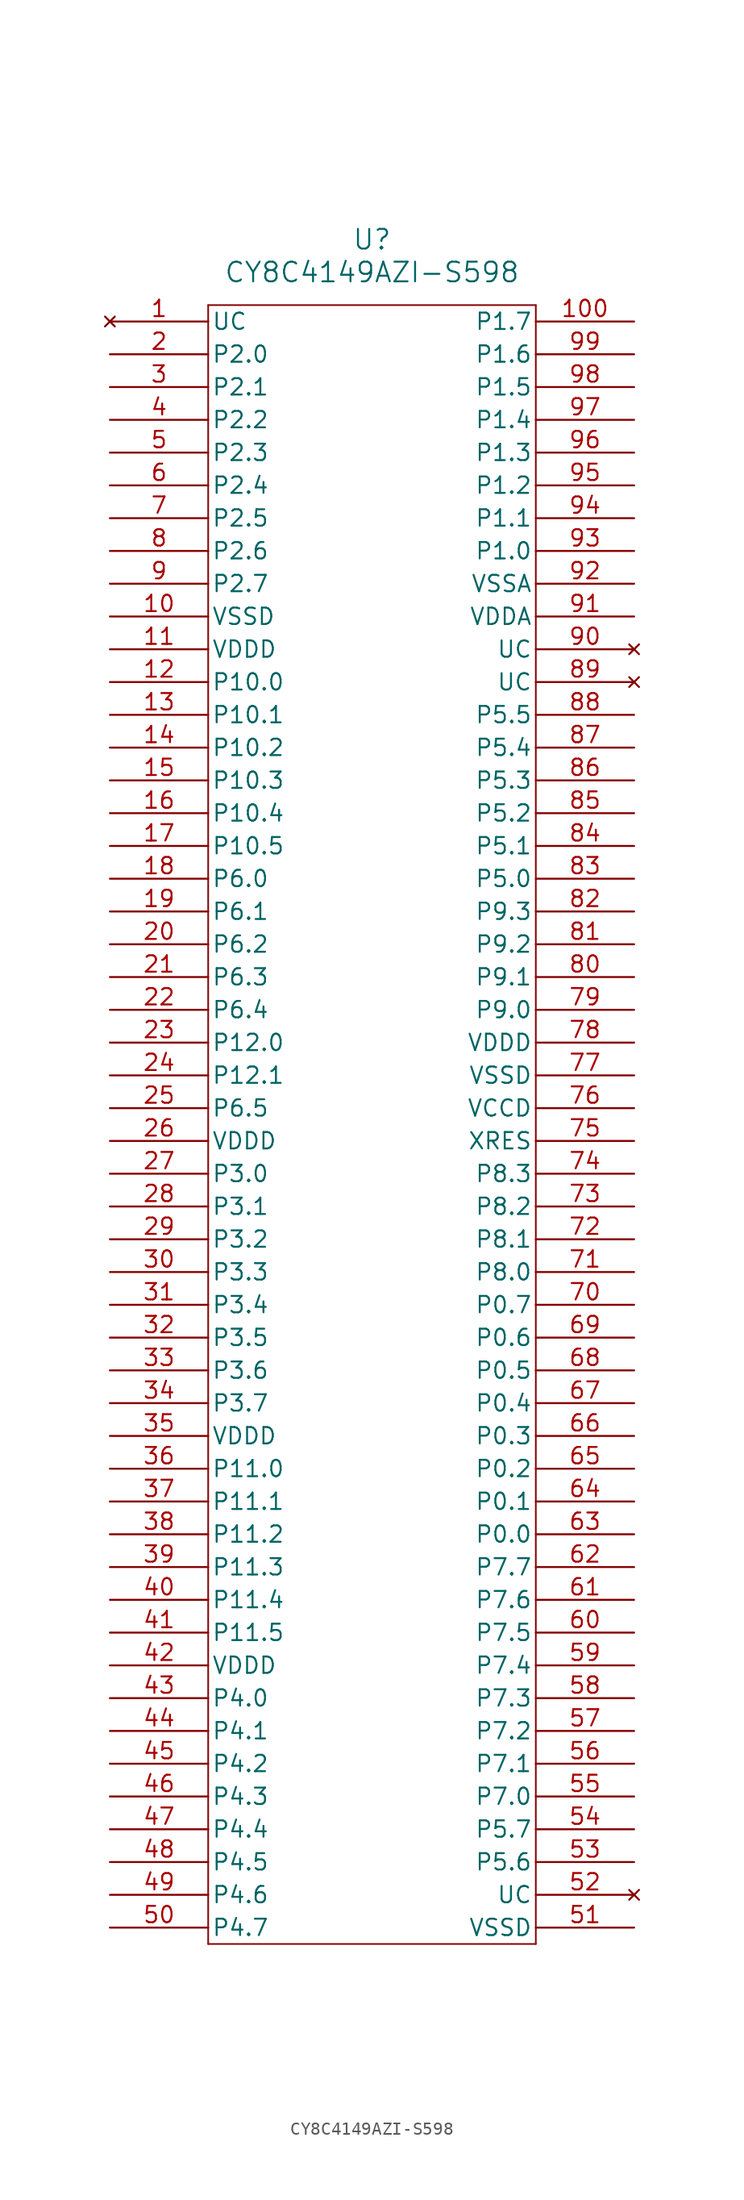
<source format=kicad_sym>
(kicad_symbol_lib
  (version 20220914)
  (generator kicad_symbol_editor)
  (symbol "CY8C4149AZI-S598"
    (pin_names
      (offset 0.254))
    (property "Reference" "U"
      (at 20.32 10.16 0)
      (effects (font (size 1.524 1.524))))
    (property "Value" "CY8C4149AZI-S598"
      (at 20.32 7.62 0)
      (effects (font (size 1.524 1.524))))
    (property "ki_locked" ""
      (at 0 0 0)
      (effects (font (size 1.27 1.27))))
    (symbol "CY8C4149AZI-S598_0_1"
      (polyline (pts (xy 7.62 -121.92) (xy 33.02 -121.92)) (stroke (width 0.127) (type default)) (fill (type none)))
      (polyline (pts (xy 7.62 5.08) (xy 7.62 -121.92)) (stroke (width 0.127) (type default)) (fill (type none)))
      (polyline (pts (xy 33.02 -121.92) (xy 33.02 5.08)) (stroke (width 0.127) (type default)) (fill (type none)))
      (polyline (pts (xy 33.02 5.08) (xy 7.62 5.08)) (stroke (width 0.127) (type default)) (fill (type none)))
      (pin power_out line (at 0 -19.05 0) (length 7.62) (name "VSSD" (effects (font (size 1.27 1.27)))) (number "10" (effects (font (size 1.27 1.27)))))
      (pin bidirectional line (at 40.64 3.81 180) (length 7.62) (name "P1.7" (effects (font (size 1.27 1.27)))) (number "100" (effects (font (size 1.27 1.27)))))
      (pin bidirectional line (at 0 -39.37 0) (length 7.62) (name "P6.0" (effects (font (size 1.27 1.27)))) (number "18" (effects (font (size 1.27 1.27)))))
      (pin bidirectional line (at 0 -41.91 0) (length 7.62) (name "P6.1" (effects (font (size 1.27 1.27)))) (number "19" (effects (font (size 1.27 1.27)))))
      (pin bidirectional line (at 0 1.27 0) (length 7.62) (name "P2.0" (effects (font (size 1.27 1.27)))) (number "2" (effects (font (size 1.27 1.27)))))
      (pin bidirectional line (at 0 -44.45 0) (length 7.62) (name "P6.2" (effects (font (size 1.27 1.27)))) (number "20" (effects (font (size 1.27 1.27)))))
      (pin bidirectional line (at 0 -49.53 0) (length 7.62) (name "P6.4" (effects (font (size 1.27 1.27)))) (number "22" (effects (font (size 1.27 1.27)))))
      (pin bidirectional line (at 0 -62.23 0) (length 7.62) (name "P3.0" (effects (font (size 1.27 1.27)))) (number "27" (effects (font (size 1.27 1.27)))))
      (pin bidirectional line (at 0 -64.77 0) (length 7.62) (name "P3.1" (effects (font (size 1.27 1.27)))) (number "28" (effects (font (size 1.27 1.27)))))
      (pin bidirectional line (at 0 -67.31 0) (length 7.62) (name "P3.2" (effects (font (size 1.27 1.27)))) (number "29" (effects (font (size 1.27 1.27)))))
      (pin bidirectional line (at 0 -1.27 0) (length 7.62) (name "P2.1" (effects (font (size 1.27 1.27)))) (number "3" (effects (font (size 1.27 1.27)))))
      (pin bidirectional line (at 0 -69.85 0) (length 7.62) (name "P3.3" (effects (font (size 1.27 1.27)))) (number "30" (effects (font (size 1.27 1.27)))))
      (pin bidirectional line (at 0 -72.39 0) (length 7.62) (name "P3.4" (effects (font (size 1.27 1.27)))) (number "31" (effects (font (size 1.27 1.27)))))
      (pin bidirectional line (at 0 -74.93 0) (length 7.62) (name "P3.5" (effects (font (size 1.27 1.27)))) (number "32" (effects (font (size 1.27 1.27)))))
      (pin bidirectional line (at 0 -77.47 0) (length 7.62) (name "P3.6" (effects (font (size 1.27 1.27)))) (number "33" (effects (font (size 1.27 1.27)))))
      (pin bidirectional line (at 0 -80.01 0) (length 7.62) (name "P3.7" (effects (font (size 1.27 1.27)))) (number "34" (effects (font (size 1.27 1.27)))))
      (pin bidirectional line (at 0 -3.81 0) (length 7.62) (name "P2.2" (effects (font (size 1.27 1.27)))) (number "4" (effects (font (size 1.27 1.27)))))
      (pin bidirectional line (at 0 -102.87 0) (length 7.62) (name "P4.0" (effects (font (size 1.27 1.27)))) (number "43" (effects (font (size 1.27 1.27)))))
      (pin bidirectional line (at 0 -105.41 0) (length 7.62) (name "P4.1" (effects (font (size 1.27 1.27)))) (number "44" (effects (font (size 1.27 1.27)))))
      (pin bidirectional line (at 0 -107.95 0) (length 7.62) (name "P4.2" (effects (font (size 1.27 1.27)))) (number "45" (effects (font (size 1.27 1.27)))))
      (pin bidirectional line (at 0 -110.49 0) (length 7.62) (name "P4.3" (effects (font (size 1.27 1.27)))) (number "46" (effects (font (size 1.27 1.27)))))
      (pin bidirectional line (at 0 -113.03 0) (length 7.62) (name "P4.4" (effects (font (size 1.27 1.27)))) (number "47" (effects (font (size 1.27 1.27)))))
      (pin bidirectional line (at 0 -115.57 0) (length 7.62) (name "P4.5" (effects (font (size 1.27 1.27)))) (number "48" (effects (font (size 1.27 1.27)))))
      (pin bidirectional line (at 0 -6.35 0) (length 7.62) (name "P2.3" (effects (font (size 1.27 1.27)))) (number "5" (effects (font (size 1.27 1.27)))))
      (pin bidirectional line (at 0 -8.89 0) (length 7.62) (name "P2.4" (effects (font (size 1.27 1.27)))) (number "6" (effects (font (size 1.27 1.27)))))
      (pin bidirectional line (at 40.64 -90.17 180) (length 7.62) (name "P0.0" (effects (font (size 1.27 1.27)))) (number "63" (effects (font (size 1.27 1.27)))))
      (pin bidirectional line (at 40.64 -87.63 180) (length 7.62) (name "P0.1" (effects (font (size 1.27 1.27)))) (number "64" (effects (font (size 1.27 1.27)))))
      (pin bidirectional line (at 40.64 -85.09 180) (length 7.62) (name "P0.2" (effects (font (size 1.27 1.27)))) (number "65" (effects (font (size 1.27 1.27)))))
      (pin bidirectional line (at 40.64 -82.55 180) (length 7.62) (name "P0.3" (effects (font (size 1.27 1.27)))) (number "66" (effects (font (size 1.27 1.27)))))
      (pin bidirectional line (at 40.64 -80.01 180) (length 7.62) (name "P0.4" (effects (font (size 1.27 1.27)))) (number "67" (effects (font (size 1.27 1.27)))))
      (pin bidirectional line (at 40.64 -77.47 180) (length 7.62) (name "P0.5" (effects (font (size 1.27 1.27)))) (number "68" (effects (font (size 1.27 1.27)))))
      (pin bidirectional line (at 40.64 -74.93 180) (length 7.62) (name "P0.6" (effects (font (size 1.27 1.27)))) (number "69" (effects (font (size 1.27 1.27)))))
      (pin bidirectional line (at 0 -11.43 0) (length 7.62) (name "P2.5" (effects (font (size 1.27 1.27)))) (number "7" (effects (font (size 1.27 1.27)))))
      (pin bidirectional line (at 40.64 -72.39 180) (length 7.62) (name "P0.7" (effects (font (size 1.27 1.27)))) (number "70" (effects (font (size 1.27 1.27)))))
      (pin bidirectional line (at 0 -13.97 0) (length 7.62) (name "P2.6" (effects (font (size 1.27 1.27)))) (number "8" (effects (font (size 1.27 1.27)))))
      (pin bidirectional line (at 40.64 -39.37 180) (length 7.62) (name "P5.0" (effects (font (size 1.27 1.27)))) (number "83" (effects (font (size 1.27 1.27)))))
      (pin bidirectional line (at 40.64 -36.83 180) (length 7.62) (name "P5.1" (effects (font (size 1.27 1.27)))) (number "84" (effects (font (size 1.27 1.27)))))
      (pin bidirectional line (at 40.64 -34.29 180) (length 7.62) (name "P5.2" (effects (font (size 1.27 1.27)))) (number "85" (effects (font (size 1.27 1.27)))))
      (pin bidirectional line (at 40.64 -31.75 180) (length 7.62) (name "P5.3" (effects (font (size 1.27 1.27)))) (number "86" (effects (font (size 1.27 1.27)))))
      (pin bidirectional line (at 40.64 -26.67 180) (length 7.62) (name "P5.5" (effects (font (size 1.27 1.27)))) (number "88" (effects (font (size 1.27 1.27)))))
      (pin bidirectional line (at 0 -16.51 0) (length 7.62) (name "P2.7" (effects (font (size 1.27 1.27)))) (number "9" (effects (font (size 1.27 1.27)))))
      (pin power_in line (at 40.64 -19.05 180) (length 7.62) (name "VDDA" (effects (font (size 1.27 1.27)))) (number "91" (effects (font (size 1.27 1.27)))))
      (pin power_out line (at 40.64 -16.51 180) (length 7.62) (name "VSSA" (effects (font (size 1.27 1.27)))) (number "92" (effects (font (size 1.27 1.27)))))
      (pin bidirectional line (at 40.64 -13.97 180) (length 7.62) (name "P1.0" (effects (font (size 1.27 1.27)))) (number "93" (effects (font (size 1.27 1.27)))))
      (pin bidirectional line (at 40.64 -11.43 180) (length 7.62) (name "P1.1" (effects (font (size 1.27 1.27)))) (number "94" (effects (font (size 1.27 1.27)))))
      (pin bidirectional line (at 40.64 -8.89 180) (length 7.62) (name "P1.2" (effects (font (size 1.27 1.27)))) (number "95" (effects (font (size 1.27 1.27)))))
      (pin bidirectional line (at 40.64 -6.35 180) (length 7.62) (name "P1.3" (effects (font (size 1.27 1.27)))) (number "96" (effects (font (size 1.27 1.27)))))
      (pin bidirectional line (at 40.64 -3.81 180) (length 7.62) (name "P1.4" (effects (font (size 1.27 1.27)))) (number "97" (effects (font (size 1.27 1.27)))))
      (pin bidirectional line (at 40.64 -1.27 180) (length 7.62) (name "P1.5" (effects (font (size 1.27 1.27)))) (number "98" (effects (font (size 1.27 1.27)))))
      (pin bidirectional line (at 40.64 1.27 180) (length 7.62) (name "P1.6" (effects (font (size 1.27 1.27)))) (number "99" (effects (font (size 1.27 1.27))))))
    (symbol "CY8C4149AZI-S598_1_1"
      (pin no_connect line (at 0 3.81 0) (length 7.62) (name "UC" (effects (font (size 1.27 1.27)))) (number "1" (effects (font (size 1.27 1.27)))))
      (pin power_out line (at 0 -21.59 0) (length 7.62) (name "VDDD" (effects (font (size 1.27 1.27)))) (number "11" (effects (font (size 1.27 1.27)))))
      (pin bidirectional line (at 0 -24.13 0) (length 7.62) (name "P10.0" (effects (font (size 1.27 1.27)))) (number "12" (effects (font (size 1.27 1.27)))))
      (pin bidirectional line (at 0 -26.67 0) (length 7.62) (name "P10.1" (effects (font (size 1.27 1.27)))) (number "13" (effects (font (size 1.27 1.27)))))
      (pin bidirectional line (at 0 -29.21 0) (length 7.62) (name "P10.2" (effects (font (size 1.27 1.27)))) (number "14" (effects (font (size 1.27 1.27)))))
      (pin bidirectional line (at 0 -31.75 0) (length 7.62) (name "P10.3" (effects (font (size 1.27 1.27)))) (number "15" (effects (font (size 1.27 1.27)))))
      (pin bidirectional line (at 0 -34.29 0) (length 7.62) (name "P10.4" (effects (font (size 1.27 1.27)))) (number "16" (effects (font (size 1.27 1.27)))))
      (pin bidirectional line (at 0 -36.83 0) (length 7.62) (name "P10.5" (effects (font (size 1.27 1.27)))) (number "17" (effects (font (size 1.27 1.27)))))
      (pin bidirectional line (at 0 -46.99 0) (length 7.62) (name "P6.3" (effects (font (size 1.27 1.27)))) (number "21" (effects (font (size 1.27 1.27)))))
      (pin bidirectional line (at 0 -52.07 0) (length 7.62) (name "P12.0" (effects (font (size 1.27 1.27)))) (number "23" (effects (font (size 1.27 1.27)))))
      (pin bidirectional line (at 0 -54.61 0) (length 7.62) (name "P12.1" (effects (font (size 1.27 1.27)))) (number "24" (effects (font (size 1.27 1.27)))))
      (pin bidirectional line (at 0 -57.15 0) (length 7.62) (name "P6.5" (effects (font (size 1.27 1.27)))) (number "25" (effects (font (size 1.27 1.27)))))
      (pin power_in line (at 0 -59.69 0) (length 7.62) (name "VDDD" (effects (font (size 1.27 1.27)))) (number "26" (effects (font (size 1.27 1.27)))))
      (pin power_in line (at 0 -82.55 0) (length 7.62) (name "VDDD" (effects (font (size 1.27 1.27)))) (number "35" (effects (font (size 1.27 1.27)))))
      (pin bidirectional line (at 0 -85.09 0) (length 7.62) (name "P11.0" (effects (font (size 1.27 1.27)))) (number "36" (effects (font (size 1.27 1.27)))))
      (pin bidirectional line (at 0 -87.63 0) (length 7.62) (name "P11.1" (effects (font (size 1.27 1.27)))) (number "37" (effects (font (size 1.27 1.27)))))
      (pin bidirectional line (at 0 -90.17 0) (length 7.62) (name "P11.2" (effects (font (size 1.27 1.27)))) (number "38" (effects (font (size 1.27 1.27)))))
      (pin bidirectional line (at 0 -92.71 0) (length 7.62) (name "P11.3" (effects (font (size 1.27 1.27)))) (number "39" (effects (font (size 1.27 1.27)))))
      (pin bidirectional line (at 0 -95.25 0) (length 7.62) (name "P11.4" (effects (font (size 1.27 1.27)))) (number "40" (effects (font (size 1.27 1.27)))))
      (pin bidirectional line (at 0 -97.79 0) (length 7.62) (name "P11.5" (effects (font (size 1.27 1.27)))) (number "41" (effects (font (size 1.27 1.27)))))
      (pin power_in line (at 0 -100.33 0) (length 7.62) (name "VDDD" (effects (font (size 1.27 1.27)))) (number "42" (effects (font (size 1.27 1.27)))))
      (pin bidirectional line (at 0 -118.11 0) (length 7.62) (name "P4.6" (effects (font (size 1.27 1.27)))) (number "49" (effects (font (size 1.27 1.27)))))
      (pin bidirectional line (at 0 -120.65 0) (length 7.62) (name "P4.7" (effects (font (size 1.27 1.27)))) (number "50" (effects (font (size 1.27 1.27)))))
      (pin power_out line (at 40.64 -120.65 180) (length 7.62) (name "VSSD" (effects (font (size 1.27 1.27)))) (number "51" (effects (font (size 1.27 1.27)))))
      (pin no_connect line (at 40.64 -118.11 180) (length 7.62) (name "UC" (effects (font (size 1.27 1.27)))) (number "52" (effects (font (size 1.27 1.27)))))
      (pin bidirectional line (at 40.64 -115.57 180) (length 7.62) (name "P5.6" (effects (font (size 1.27 1.27)))) (number "53" (effects (font (size 1.27 1.27)))))
      (pin bidirectional line (at 40.64 -113.03 180) (length 7.62) (name "P5.7" (effects (font (size 1.27 1.27)))) (number "54" (effects (font (size 1.27 1.27)))))
      (pin bidirectional line (at 40.64 -110.49 180) (length 7.62) (name "P7.0" (effects (font (size 1.27 1.27)))) (number "55" (effects (font (size 1.27 1.27)))))
      (pin bidirectional line (at 40.64 -107.95 180) (length 7.62) (name "P7.1" (effects (font (size 1.27 1.27)))) (number "56" (effects (font (size 1.27 1.27)))))
      (pin bidirectional line (at 40.64 -105.41 180) (length 7.62) (name "P7.2" (effects (font (size 1.27 1.27)))) (number "57" (effects (font (size 1.27 1.27)))))
      (pin bidirectional line (at 40.64 -102.87 180) (length 7.62) (name "P7.3" (effects (font (size 1.27 1.27)))) (number "58" (effects (font (size 1.27 1.27)))))
      (pin bidirectional line (at 40.64 -100.33 180) (length 7.62) (name "P7.4" (effects (font (size 1.27 1.27)))) (number "59" (effects (font (size 1.27 1.27)))))
      (pin bidirectional line (at 40.64 -97.79 180) (length 7.62) (name "P7.5" (effects (font (size 1.27 1.27)))) (number "60" (effects (font (size 1.27 1.27)))))
      (pin bidirectional line (at 40.64 -95.25 180) (length 7.62) (name "P7.6" (effects (font (size 1.27 1.27)))) (number "61" (effects (font (size 1.27 1.27)))))
      (pin bidirectional line (at 40.64 -92.71 180) (length 7.62) (name "P7.7" (effects (font (size 1.27 1.27)))) (number "62" (effects (font (size 1.27 1.27)))))
      (pin bidirectional line (at 40.64 -69.85 180) (length 7.62) (name "P8.0" (effects (font (size 1.27 1.27)))) (number "71" (effects (font (size 1.27 1.27)))))
      (pin bidirectional line (at 40.64 -67.31 180) (length 7.62) (name "P8.1" (effects (font (size 1.27 1.27)))) (number "72" (effects (font (size 1.27 1.27)))))
      (pin bidirectional line (at 40.64 -64.77 180) (length 7.62) (name "P8.2" (effects (font (size 1.27 1.27)))) (number "73" (effects (font (size 1.27 1.27)))))
      (pin bidirectional line (at 40.64 -62.23 180) (length 7.62) (name "P8.3" (effects (font (size 1.27 1.27)))) (number "74" (effects (font (size 1.27 1.27)))))
      (pin unspecified line (at 40.64 -59.69 180) (length 7.62) (name "XRES" (effects (font (size 1.27 1.27)))) (number "75" (effects (font (size 1.27 1.27)))))
      (pin power_in line (at 40.64 -57.15 180) (length 7.62) (name "VCCD" (effects (font (size 1.27 1.27)))) (number "76" (effects (font (size 1.27 1.27)))))
      (pin power_out line (at 40.64 -54.61 180) (length 7.62) (name "VSSD" (effects (font (size 1.27 1.27)))) (number "77" (effects (font (size 1.27 1.27)))))
      (pin power_in line (at 40.64 -52.07 180) (length 7.62) (name "VDDD" (effects (font (size 1.27 1.27)))) (number "78" (effects (font (size 1.27 1.27)))))
      (pin bidirectional line (at 40.64 -49.53 180) (length 7.62) (name "P9.0" (effects (font (size 1.27 1.27)))) (number "79" (effects (font (size 1.27 1.27)))))
      (pin bidirectional line (at 40.64 -46.99 180) (length 7.62) (name "P9.1" (effects (font (size 1.27 1.27)))) (number "80" (effects (font (size 1.27 1.27)))))
      (pin bidirectional line (at 40.64 -44.45 180) (length 7.62) (name "P9.2" (effects (font (size 1.27 1.27)))) (number "81" (effects (font (size 1.27 1.27)))))
      (pin bidirectional line (at 40.64 -41.91 180) (length 7.62) (name "P9.3" (effects (font (size 1.27 1.27)))) (number "82" (effects (font (size 1.27 1.27)))))
      (pin bidirectional line (at 40.64 -29.21 180) (length 7.62) (name "P5.4" (effects (font (size 1.27 1.27)))) (number "87" (effects (font (size 1.27 1.27)))))
      (pin no_connect line (at 40.64 -24.13 180) (length 7.62) (name "UC" (effects (font (size 1.27 1.27)))) (number "89" (effects (font (size 1.27 1.27)))))
      (pin no_connect line (at 40.64 -21.59 180) (length 7.62) (name "UC" (effects (font (size 1.27 1.27)))) (number "90" (effects (font (size 1.27 1.27))))))))
</source>
